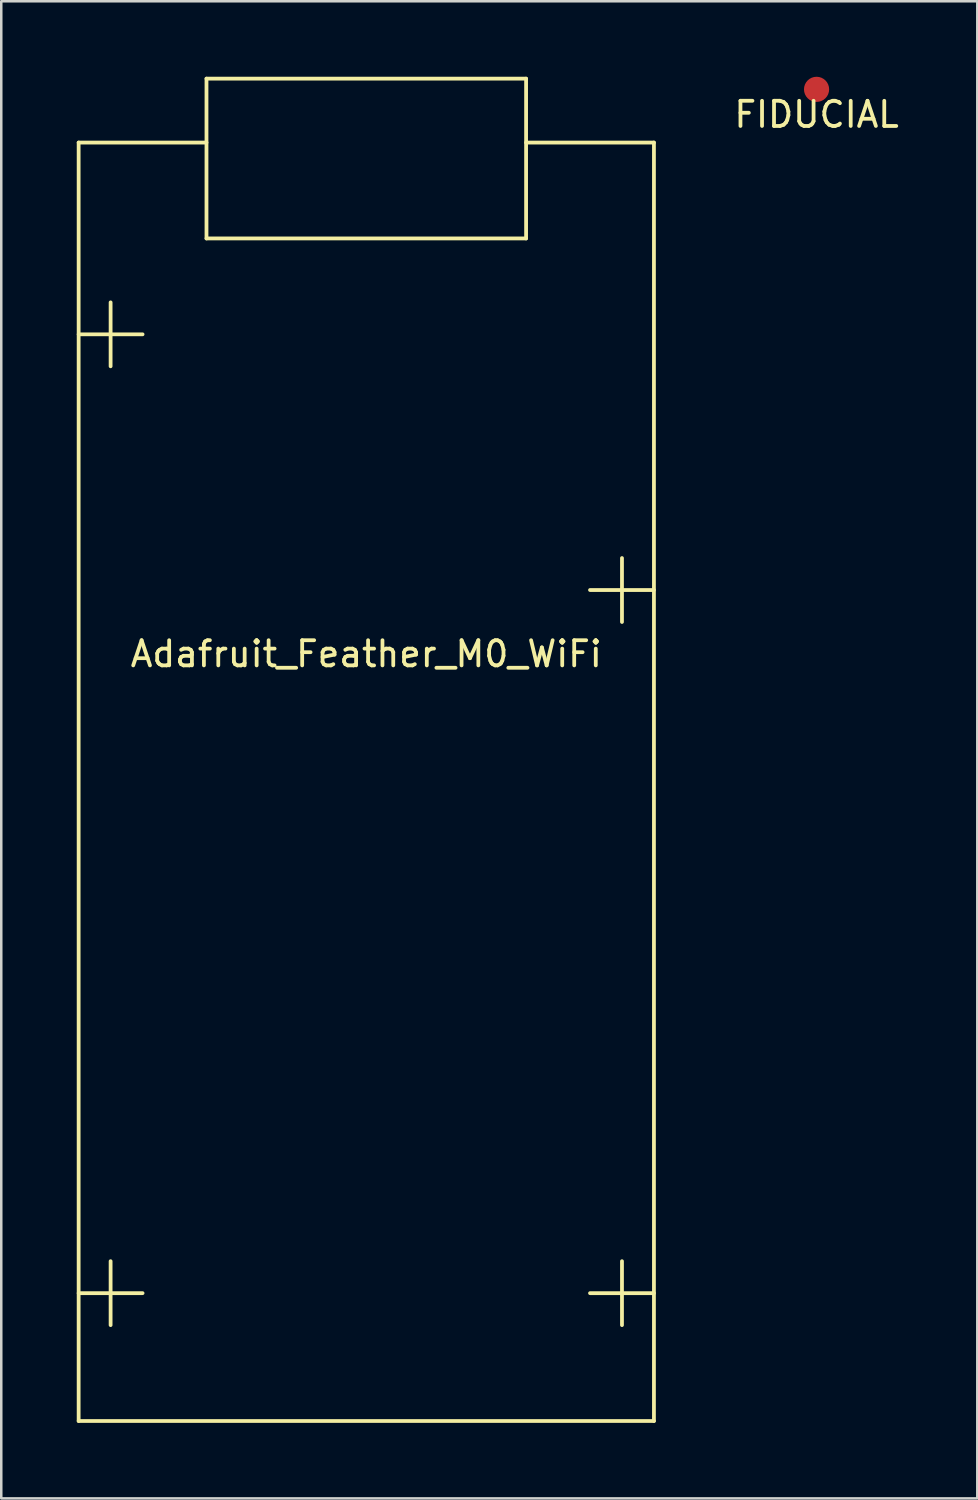
<source format=kicad_pcb>
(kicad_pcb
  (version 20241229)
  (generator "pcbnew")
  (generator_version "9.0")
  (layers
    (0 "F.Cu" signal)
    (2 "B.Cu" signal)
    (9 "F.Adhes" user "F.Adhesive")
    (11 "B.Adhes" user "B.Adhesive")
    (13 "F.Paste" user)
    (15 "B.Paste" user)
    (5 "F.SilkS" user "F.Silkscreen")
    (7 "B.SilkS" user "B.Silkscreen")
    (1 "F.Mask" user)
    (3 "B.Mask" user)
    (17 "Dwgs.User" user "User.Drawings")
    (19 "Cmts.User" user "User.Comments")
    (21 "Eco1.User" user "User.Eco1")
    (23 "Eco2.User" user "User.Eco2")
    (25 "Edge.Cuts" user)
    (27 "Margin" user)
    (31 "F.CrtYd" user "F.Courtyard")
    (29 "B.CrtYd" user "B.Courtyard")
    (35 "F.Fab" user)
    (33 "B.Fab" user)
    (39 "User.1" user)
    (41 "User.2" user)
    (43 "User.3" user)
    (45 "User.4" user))
  (footprint "FIDUCIAL"
    (layer "F.Cu")
    (at 29.397 0.5)
    (property "Reference" "FIDUCIAL" (at 0 1 0) (layer "F.SilkS") (effects (font (size 1 1) (thickness 0.15))))
    (attr through_hole)
    (pad "1" smd circle (at 0 0) (size 1 1) (layers "F.Cu" "F.Mask")))
  (footprint "Adafruit_Feather_M0_WiFi"
    (layer "F.Cu")
    (at 11.505 28.015)
    (property "Reference" "Adafruit_Feather_M0_WiFi" (at 0 -5.08 0) (layer "F.SilkS") (effects (font (size 1 1) (thickness 0.15))))
    (attr through_hole)
    (fp_line (start -11.43 20.32) (end -8.89 20.32) (stroke (width 0.15) (type solid)) (layer "F.SilkS"))
    (fp_line (start -11.43 25.4) (end -11.43 -25.4) (stroke (width 0.15) (type solid)) (layer "F.SilkS"))
    (fp_line (start -10.16 -19.05) (end -10.16 -16.51) (stroke (width 0.15) (type solid)) (layer "F.SilkS"))
    (fp_line (start -10.16 21.59) (end -10.16 19.05) (stroke (width 0.15) (type solid)) (layer "F.SilkS"))
    (fp_line (start -8.89 -17.78) (end -11.43 -17.78) (stroke (width 0.15) (type solid)) (layer "F.SilkS"))
    (fp_line (start -6.35 -27.94) (end -6.35 -21.59) (stroke (width 0.15) (type solid)) (layer "F.SilkS"))
    (fp_line (start -6.35 -25.4) (end -11.43 -25.4) (stroke (width 0.15) (type solid)) (layer "F.SilkS"))
    (fp_line (start -6.35 -21.59) (end 6.35 -21.59) (stroke (width 0.15) (type solid)) (layer "F.SilkS"))
    (fp_line (start 6.35 -27.94) (end -6.35 -27.94) (stroke (width 0.15) (type solid)) (layer "F.SilkS"))
    (fp_line (start 6.35 -25.4) (end 11.43 -25.4) (stroke (width 0.15) (type solid)) (layer "F.SilkS"))
    (fp_line (start 6.35 -21.59) (end 6.35 -27.94) (stroke (width 0.15) (type solid)) (layer "F.SilkS"))
    (fp_line (start 8.89 -7.62) (end 11.43 -7.62) (stroke (width 0.15) (type solid)) (layer "F.SilkS"))
    (fp_line (start 8.89 20.32) (end 11.43 20.32) (stroke (width 0.15) (type solid)) (layer "F.SilkS"))
    (fp_line (start 10.16 -8.89) (end 10.16 -6.35) (stroke (width 0.15) (type solid)) (layer "F.SilkS"))
    (fp_line (start 10.16 19.05) (end 10.16 21.59) (stroke (width 0.15) (type solid)) (layer "F.SilkS"))
    (fp_line (start 11.43 -25.4) (end 11.43 25.4) (stroke (width 0.15) (type solid)) (layer "F.SilkS"))
    (fp_line (start 11.43 25.4) (end -11.43 25.4) (stroke (width 0.15) (type solid)) (layer "F.SilkS")))
  (gr_rect
    (start -3 -3)
    (end 35.784 56.49)
    (stroke (width 0.1) (type default))
    (fill no)
    (layer "Edge.Cuts")))
</source>
